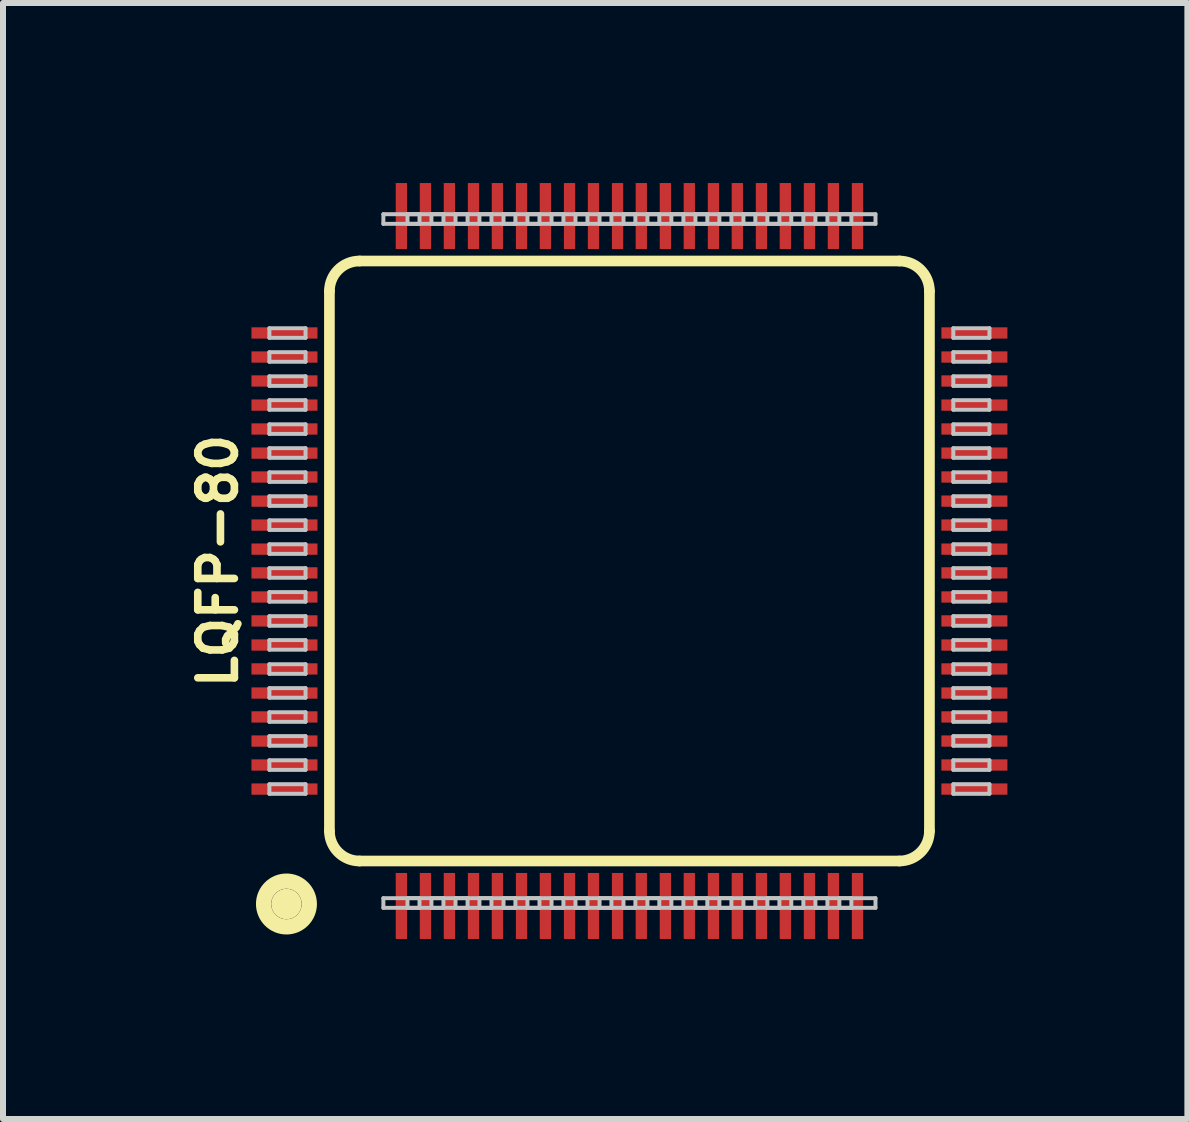
<source format=kicad_pcb>
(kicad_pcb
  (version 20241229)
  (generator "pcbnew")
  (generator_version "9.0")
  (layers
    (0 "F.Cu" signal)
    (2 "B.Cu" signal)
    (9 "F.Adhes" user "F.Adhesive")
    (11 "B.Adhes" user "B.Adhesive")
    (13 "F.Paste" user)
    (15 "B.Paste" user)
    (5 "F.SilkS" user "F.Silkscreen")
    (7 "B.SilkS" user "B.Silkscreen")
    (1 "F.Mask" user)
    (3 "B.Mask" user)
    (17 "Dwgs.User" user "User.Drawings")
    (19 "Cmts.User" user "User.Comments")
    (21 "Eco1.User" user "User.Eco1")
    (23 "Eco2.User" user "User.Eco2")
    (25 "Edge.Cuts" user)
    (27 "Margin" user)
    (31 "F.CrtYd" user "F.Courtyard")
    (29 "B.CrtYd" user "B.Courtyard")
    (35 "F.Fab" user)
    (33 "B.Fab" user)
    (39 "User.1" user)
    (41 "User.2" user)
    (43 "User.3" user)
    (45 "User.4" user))
  (footprint "LQFP-80"
    (layer "F.Cu")
    (at 7.438 6.298)
    (property "Reference" "LQFP-80" (at -6.858 0 90) (layer "F.SilkS") (effects (font (size 0.61 0.61) (thickness 0.127))))
    (attr smd)
    (fp_line (start -4.999 -4.498) (end -4.999 4.498) (stroke (width 0.178) (type solid)) (layer "F.SilkS"))
    (fp_line (start -4.498 4.999) (end 4.498 4.999) (stroke (width 0.178) (type solid)) (layer "F.SilkS"))
    (fp_line (start 4.498 -4.999) (end -4.498 -4.999) (stroke (width 0.178) (type solid)) (layer "F.SilkS"))
    (fp_line (start 4.999 4.498) (end 4.999 -4.498) (stroke (width 0.178) (type solid)) (layer "F.SilkS"))
    (fp_arc (start -4.99872 -4.49834) (mid -4.852162 -4.852162) (end -4.49834 -4.99872) (stroke (width 0.1778) (type solid)) (layer "F.SilkS"))
    (fp_arc (start -4.49834 4.99872) (mid -4.852162 4.852162) (end -4.99872 4.49834) (stroke (width 0.1778) (type solid)) (layer "F.SilkS"))
    (fp_arc (start 4.49834 -4.99872) (mid 4.852162 -4.852162) (end 4.99872 -4.49834) (stroke (width 0.1778) (type solid)) (layer "F.SilkS"))
    (fp_arc (start 4.99872 4.49834) (mid 4.852162 4.852162) (end 4.49834 4.99872) (stroke (width 0.1778) (type solid)) (layer "F.SilkS"))
    (fp_circle (center -5.715 5.715) (end -5.588 5.715) (stroke (width 0.254) (type solid)) (fill no) (layer "F.SilkS"))
    (fp_circle (center -5.715 5.715) (end -5.334 5.715) (stroke (width 0.254) (type solid)) (fill no) (layer "F.SilkS"))
    (fp_line (start -5.999 -3.879) (end -5.397 -3.879) (stroke (width 0.066) (type solid)) (layer "Dwgs.User"))
    (fp_line (start -5.999 -3.719) (end -5.999 -3.879) (stroke (width 0.066) (type solid)) (layer "Dwgs.User"))
    (fp_line (start -5.999 -3.719) (end -5.397 -3.719) (stroke (width 0.066) (type solid)) (layer "Dwgs.User"))
    (fp_line (start -5.999 -3.48) (end -5.397 -3.48) (stroke (width 0.066) (type solid)) (layer "Dwgs.User"))
    (fp_line (start -5.999 -3.32) (end -5.999 -3.48) (stroke (width 0.066) (type solid)) (layer "Dwgs.User"))
    (fp_line (start -5.999 -3.32) (end -5.397 -3.32) (stroke (width 0.066) (type solid)) (layer "Dwgs.User"))
    (fp_line (start -5.999 -3.078) (end -5.397 -3.078) (stroke (width 0.066) (type solid)) (layer "Dwgs.User"))
    (fp_line (start -5.999 -2.918) (end -5.999 -3.078) (stroke (width 0.066) (type solid)) (layer "Dwgs.User"))
    (fp_line (start -5.999 -2.918) (end -5.397 -2.918) (stroke (width 0.066) (type solid)) (layer "Dwgs.User"))
    (fp_line (start -5.999 -2.68) (end -5.397 -2.68) (stroke (width 0.066) (type solid)) (layer "Dwgs.User"))
    (fp_line (start -5.999 -2.52) (end -5.999 -2.68) (stroke (width 0.066) (type solid)) (layer "Dwgs.User"))
    (fp_line (start -5.999 -2.52) (end -5.397 -2.52) (stroke (width 0.066) (type solid)) (layer "Dwgs.User"))
    (fp_line (start -5.999 -2.278) (end -5.397 -2.278) (stroke (width 0.066) (type solid)) (layer "Dwgs.User"))
    (fp_line (start -5.999 -2.118) (end -5.999 -2.278) (stroke (width 0.066) (type solid)) (layer "Dwgs.User"))
    (fp_line (start -5.999 -2.118) (end -5.397 -2.118) (stroke (width 0.066) (type solid)) (layer "Dwgs.User"))
    (fp_line (start -5.999 -1.88) (end -5.397 -1.88) (stroke (width 0.066) (type solid)) (layer "Dwgs.User"))
    (fp_line (start -5.999 -1.72) (end -5.999 -1.88) (stroke (width 0.066) (type solid)) (layer "Dwgs.User"))
    (fp_line (start -5.999 -1.72) (end -5.397 -1.72) (stroke (width 0.066) (type solid)) (layer "Dwgs.User"))
    (fp_line (start -5.999 -1.478) (end -5.397 -1.478) (stroke (width 0.066) (type solid)) (layer "Dwgs.User"))
    (fp_line (start -5.999 -1.318) (end -5.999 -1.478) (stroke (width 0.066) (type solid)) (layer "Dwgs.User"))
    (fp_line (start -5.999 -1.318) (end -5.397 -1.318) (stroke (width 0.066) (type solid)) (layer "Dwgs.User"))
    (fp_line (start -5.999 -1.079) (end -5.397 -1.079) (stroke (width 0.066) (type solid)) (layer "Dwgs.User"))
    (fp_line (start -5.999 -0.919) (end -5.999 -1.079) (stroke (width 0.066) (type solid)) (layer "Dwgs.User"))
    (fp_line (start -5.999 -0.919) (end -5.397 -0.919) (stroke (width 0.066) (type solid)) (layer "Dwgs.User"))
    (fp_line (start -5.999 -0.678) (end -5.397 -0.678) (stroke (width 0.066) (type solid)) (layer "Dwgs.User"))
    (fp_line (start -5.999 -0.518) (end -5.999 -0.678) (stroke (width 0.066) (type solid)) (layer "Dwgs.User"))
    (fp_line (start -5.999 -0.518) (end -5.397 -0.518) (stroke (width 0.066) (type solid)) (layer "Dwgs.User"))
    (fp_line (start -5.999 -0.279) (end -5.397 -0.279) (stroke (width 0.066) (type solid)) (layer "Dwgs.User"))
    (fp_line (start -5.999 -0.119) (end -5.999 -0.279) (stroke (width 0.066) (type solid)) (layer "Dwgs.User"))
    (fp_line (start -5.999 -0.119) (end -5.397 -0.119) (stroke (width 0.066) (type solid)) (layer "Dwgs.User"))
    (fp_line (start -5.999 0.119) (end -5.397 0.119) (stroke (width 0.066) (type solid)) (layer "Dwgs.User"))
    (fp_line (start -5.999 0.279) (end -5.999 0.119) (stroke (width 0.066) (type solid)) (layer "Dwgs.User"))
    (fp_line (start -5.999 0.279) (end -5.397 0.279) (stroke (width 0.066) (type solid)) (layer "Dwgs.User"))
    (fp_line (start -5.999 0.518) (end -5.397 0.518) (stroke (width 0.066) (type solid)) (layer "Dwgs.User"))
    (fp_line (start -5.999 0.678) (end -5.999 0.518) (stroke (width 0.066) (type solid)) (layer "Dwgs.User"))
    (fp_line (start -5.999 0.678) (end -5.397 0.678) (stroke (width 0.066) (type solid)) (layer "Dwgs.User"))
    (fp_line (start -5.999 0.919) (end -5.397 0.919) (stroke (width 0.066) (type solid)) (layer "Dwgs.User"))
    (fp_line (start -5.999 1.079) (end -5.999 0.919) (stroke (width 0.066) (type solid)) (layer "Dwgs.User"))
    (fp_line (start -5.999 1.079) (end -5.397 1.079) (stroke (width 0.066) (type solid)) (layer "Dwgs.User"))
    (fp_line (start -5.999 1.318) (end -5.397 1.318) (stroke (width 0.066) (type solid)) (layer "Dwgs.User"))
    (fp_line (start -5.999 1.478) (end -5.999 1.318) (stroke (width 0.066) (type solid)) (layer "Dwgs.User"))
    (fp_line (start -5.999 1.478) (end -5.397 1.478) (stroke (width 0.066) (type solid)) (layer "Dwgs.User"))
    (fp_line (start -5.999 1.72) (end -5.397 1.72) (stroke (width 0.066) (type solid)) (layer "Dwgs.User"))
    (fp_line (start -5.999 1.88) (end -5.999 1.72) (stroke (width 0.066) (type solid)) (layer "Dwgs.User"))
    (fp_line (start -5.999 1.88) (end -5.397 1.88) (stroke (width 0.066) (type solid)) (layer "Dwgs.User"))
    (fp_line (start -5.999 2.118) (end -5.397 2.118) (stroke (width 0.066) (type solid)) (layer "Dwgs.User"))
    (fp_line (start -5.999 2.278) (end -5.999 2.118) (stroke (width 0.066) (type solid)) (layer "Dwgs.User"))
    (fp_line (start -5.999 2.278) (end -5.397 2.278) (stroke (width 0.066) (type solid)) (layer "Dwgs.User"))
    (fp_line (start -5.999 2.52) (end -5.397 2.52) (stroke (width 0.066) (type solid)) (layer "Dwgs.User"))
    (fp_line (start -5.999 2.68) (end -5.999 2.52) (stroke (width 0.066) (type solid)) (layer "Dwgs.User"))
    (fp_line (start -5.999 2.68) (end -5.397 2.68) (stroke (width 0.066) (type solid)) (layer "Dwgs.User"))
    (fp_line (start -5.999 2.918) (end -5.397 2.918) (stroke (width 0.066) (type solid)) (layer "Dwgs.User"))
    (fp_line (start -5.999 3.078) (end -5.999 2.918) (stroke (width 0.066) (type solid)) (layer "Dwgs.User"))
    (fp_line (start -5.999 3.078) (end -5.397 3.078) (stroke (width 0.066) (type solid)) (layer "Dwgs.User"))
    (fp_line (start -5.999 3.32) (end -5.397 3.32) (stroke (width 0.066) (type solid)) (layer "Dwgs.User"))
    (fp_line (start -5.999 3.48) (end -5.999 3.32) (stroke (width 0.066) (type solid)) (layer "Dwgs.User"))
    (fp_line (start -5.999 3.48) (end -5.397 3.48) (stroke (width 0.066) (type solid)) (layer "Dwgs.User"))
    (fp_line (start -5.999 3.719) (end -5.397 3.719) (stroke (width 0.066) (type solid)) (layer "Dwgs.User"))
    (fp_line (start -5.999 3.879) (end -5.999 3.719) (stroke (width 0.066) (type solid)) (layer "Dwgs.User"))
    (fp_line (start -5.999 3.879) (end -5.397 3.879) (stroke (width 0.066) (type solid)) (layer "Dwgs.User"))
    (fp_line (start -5.397 -3.719) (end -5.397 -3.879) (stroke (width 0.066) (type solid)) (layer "Dwgs.User"))
    (fp_line (start -5.397 -3.32) (end -5.397 -3.48) (stroke (width 0.066) (type solid)) (layer "Dwgs.User"))
    (fp_line (start -5.397 -2.918) (end -5.397 -3.078) (stroke (width 0.066) (type solid)) (layer "Dwgs.User"))
    (fp_line (start -5.397 -2.52) (end -5.397 -2.68) (stroke (width 0.066) (type solid)) (layer "Dwgs.User"))
    (fp_line (start -5.397 -2.118) (end -5.397 -2.278) (stroke (width 0.066) (type solid)) (layer "Dwgs.User"))
    (fp_line (start -5.397 -1.72) (end -5.397 -1.88) (stroke (width 0.066) (type solid)) (layer "Dwgs.User"))
    (fp_line (start -5.397 -1.318) (end -5.397 -1.478) (stroke (width 0.066) (type solid)) (layer "Dwgs.User"))
    (fp_line (start -5.397 -0.919) (end -5.397 -1.079) (stroke (width 0.066) (type solid)) (layer "Dwgs.User"))
    (fp_line (start -5.397 -0.518) (end -5.397 -0.678) (stroke (width 0.066) (type solid)) (layer "Dwgs.User"))
    (fp_line (start -5.397 -0.119) (end -5.397 -0.279) (stroke (width 0.066) (type solid)) (layer "Dwgs.User"))
    (fp_line (start -5.397 0.279) (end -5.397 0.119) (stroke (width 0.066) (type solid)) (layer "Dwgs.User"))
    (fp_line (start -5.397 0.678) (end -5.397 0.518) (stroke (width 0.066) (type solid)) (layer "Dwgs.User"))
    (fp_line (start -5.397 1.079) (end -5.397 0.919) (stroke (width 0.066) (type solid)) (layer "Dwgs.User"))
    (fp_line (start -5.397 1.478) (end -5.397 1.318) (stroke (width 0.066) (type solid)) (layer "Dwgs.User"))
    (fp_line (start -5.397 1.88) (end -5.397 1.72) (stroke (width 0.066) (type solid)) (layer "Dwgs.User"))
    (fp_line (start -5.397 2.278) (end -5.397 2.118) (stroke (width 0.066) (type solid)) (layer "Dwgs.User"))
    (fp_line (start -5.397 2.68) (end -5.397 2.52) (stroke (width 0.066) (type solid)) (layer "Dwgs.User"))
    (fp_line (start -5.397 3.078) (end -5.397 2.918) (stroke (width 0.066) (type solid)) (layer "Dwgs.User"))
    (fp_line (start -5.397 3.48) (end -5.397 3.32) (stroke (width 0.066) (type solid)) (layer "Dwgs.User"))
    (fp_line (start -5.397 3.879) (end -5.397 3.719) (stroke (width 0.066) (type solid)) (layer "Dwgs.User"))
    (fp_line (start -4.1 -5.779) (end -3.498 -5.779) (stroke (width 0.066) (type solid)) (layer "Dwgs.User"))
    (fp_line (start -4.1 -5.618) (end -4.1 -5.779) (stroke (width 0.066) (type solid)) (layer "Dwgs.User"))
    (fp_line (start -4.1 -5.618) (end -3.498 -5.618) (stroke (width 0.066) (type solid)) (layer "Dwgs.User"))
    (fp_line (start -4.1 5.618) (end -3.498 5.618) (stroke (width 0.066) (type solid)) (layer "Dwgs.User"))
    (fp_line (start -4.1 5.779) (end -4.1 5.618) (stroke (width 0.066) (type solid)) (layer "Dwgs.User"))
    (fp_line (start -4.1 5.779) (end -3.498 5.779) (stroke (width 0.066) (type solid)) (layer "Dwgs.User"))
    (fp_line (start -3.698 -5.779) (end -3.099 -5.779) (stroke (width 0.066) (type solid)) (layer "Dwgs.User"))
    (fp_line (start -3.698 -5.618) (end -3.698 -5.779) (stroke (width 0.066) (type solid)) (layer "Dwgs.User"))
    (fp_line (start -3.698 -5.618) (end -3.099 -5.618) (stroke (width 0.066) (type solid)) (layer "Dwgs.User"))
    (fp_line (start -3.698 5.618) (end -3.099 5.618) (stroke (width 0.066) (type solid)) (layer "Dwgs.User"))
    (fp_line (start -3.698 5.779) (end -3.698 5.618) (stroke (width 0.066) (type solid)) (layer "Dwgs.User"))
    (fp_line (start -3.698 5.779) (end -3.099 5.779) (stroke (width 0.066) (type solid)) (layer "Dwgs.User"))
    (fp_line (start -3.498 -5.618) (end -3.498 -5.779) (stroke (width 0.066) (type solid)) (layer "Dwgs.User"))
    (fp_line (start -3.498 5.779) (end -3.498 5.618) (stroke (width 0.066) (type solid)) (layer "Dwgs.User"))
    (fp_line (start -3.299 -5.779) (end -2.697 -5.779) (stroke (width 0.066) (type solid)) (layer "Dwgs.User"))
    (fp_line (start -3.299 -5.618) (end -3.299 -5.779) (stroke (width 0.066) (type solid)) (layer "Dwgs.User"))
    (fp_line (start -3.299 -5.618) (end -2.697 -5.618) (stroke (width 0.066) (type solid)) (layer "Dwgs.User"))
    (fp_line (start -3.299 5.618) (end -2.697 5.618) (stroke (width 0.066) (type solid)) (layer "Dwgs.User"))
    (fp_line (start -3.299 5.779) (end -3.299 5.618) (stroke (width 0.066) (type solid)) (layer "Dwgs.User"))
    (fp_line (start -3.299 5.779) (end -2.697 5.779) (stroke (width 0.066) (type solid)) (layer "Dwgs.User"))
    (fp_line (start -3.099 -5.618) (end -3.099 -5.779) (stroke (width 0.066) (type solid)) (layer "Dwgs.User"))
    (fp_line (start -3.099 5.779) (end -3.099 5.618) (stroke (width 0.066) (type solid)) (layer "Dwgs.User"))
    (fp_line (start -2.898 -5.779) (end -2.299 -5.779) (stroke (width 0.066) (type solid)) (layer "Dwgs.User"))
    (fp_line (start -2.898 -5.618) (end -2.898 -5.779) (stroke (width 0.066) (type solid)) (layer "Dwgs.User"))
    (fp_line (start -2.898 -5.618) (end -2.299 -5.618) (stroke (width 0.066) (type solid)) (layer "Dwgs.User"))
    (fp_line (start -2.898 5.618) (end -2.299 5.618) (stroke (width 0.066) (type solid)) (layer "Dwgs.User"))
    (fp_line (start -2.898 5.779) (end -2.898 5.618) (stroke (width 0.066) (type solid)) (layer "Dwgs.User"))
    (fp_line (start -2.898 5.779) (end -2.299 5.779) (stroke (width 0.066) (type solid)) (layer "Dwgs.User"))
    (fp_line (start -2.697 -5.618) (end -2.697 -5.779) (stroke (width 0.066) (type solid)) (layer "Dwgs.User"))
    (fp_line (start -2.697 5.779) (end -2.697 5.618) (stroke (width 0.066) (type solid)) (layer "Dwgs.User"))
    (fp_line (start -2.499 -5.779) (end -1.9 -5.779) (stroke (width 0.066) (type solid)) (layer "Dwgs.User"))
    (fp_line (start -2.499 -5.618) (end -2.499 -5.779) (stroke (width 0.066) (type solid)) (layer "Dwgs.User"))
    (fp_line (start -2.499 -5.618) (end -1.9 -5.618) (stroke (width 0.066) (type solid)) (layer "Dwgs.User"))
    (fp_line (start -2.499 5.618) (end -1.9 5.618) (stroke (width 0.066) (type solid)) (layer "Dwgs.User"))
    (fp_line (start -2.499 5.779) (end -2.499 5.618) (stroke (width 0.066) (type solid)) (layer "Dwgs.User"))
    (fp_line (start -2.499 5.779) (end -1.9 5.779) (stroke (width 0.066) (type solid)) (layer "Dwgs.User"))
    (fp_line (start -2.299 -5.618) (end -2.299 -5.779) (stroke (width 0.066) (type solid)) (layer "Dwgs.User"))
    (fp_line (start -2.299 5.779) (end -2.299 5.618) (stroke (width 0.066) (type solid)) (layer "Dwgs.User"))
    (fp_line (start -2.098 -5.779) (end -1.499 -5.779) (stroke (width 0.066) (type solid)) (layer "Dwgs.User"))
    (fp_line (start -2.098 -5.618) (end -2.098 -5.779) (stroke (width 0.066) (type solid)) (layer "Dwgs.User"))
    (fp_line (start -2.098 -5.618) (end -1.499 -5.618) (stroke (width 0.066) (type solid)) (layer "Dwgs.User"))
    (fp_line (start -2.098 5.618) (end -1.499 5.618) (stroke (width 0.066) (type solid)) (layer "Dwgs.User"))
    (fp_line (start -2.098 5.779) (end -2.098 5.618) (stroke (width 0.066) (type solid)) (layer "Dwgs.User"))
    (fp_line (start -2.098 5.779) (end -1.499 5.779) (stroke (width 0.066) (type solid)) (layer "Dwgs.User"))
    (fp_line (start -1.9 -5.618) (end -1.9 -5.779) (stroke (width 0.066) (type solid)) (layer "Dwgs.User"))
    (fp_line (start -1.9 5.779) (end -1.9 5.618) (stroke (width 0.066) (type solid)) (layer "Dwgs.User"))
    (fp_line (start -1.699 -5.779) (end -1.1 -5.779) (stroke (width 0.066) (type solid)) (layer "Dwgs.User"))
    (fp_line (start -1.699 -5.618) (end -1.699 -5.779) (stroke (width 0.066) (type solid)) (layer "Dwgs.User"))
    (fp_line (start -1.699 -5.618) (end -1.1 -5.618) (stroke (width 0.066) (type solid)) (layer "Dwgs.User"))
    (fp_line (start -1.699 5.618) (end -1.1 5.618) (stroke (width 0.066) (type solid)) (layer "Dwgs.User"))
    (fp_line (start -1.699 5.779) (end -1.699 5.618) (stroke (width 0.066) (type solid)) (layer "Dwgs.User"))
    (fp_line (start -1.699 5.779) (end -1.1 5.779) (stroke (width 0.066) (type solid)) (layer "Dwgs.User"))
    (fp_line (start -1.499 -5.618) (end -1.499 -5.779) (stroke (width 0.066) (type solid)) (layer "Dwgs.User"))
    (fp_line (start -1.499 5.779) (end -1.499 5.618) (stroke (width 0.066) (type solid)) (layer "Dwgs.User"))
    (fp_line (start -1.298 -5.779) (end -0.699 -5.779) (stroke (width 0.066) (type solid)) (layer "Dwgs.User"))
    (fp_line (start -1.298 -5.618) (end -1.298 -5.779) (stroke (width 0.066) (type solid)) (layer "Dwgs.User"))
    (fp_line (start -1.298 -5.618) (end -0.699 -5.618) (stroke (width 0.066) (type solid)) (layer "Dwgs.User"))
    (fp_line (start -1.298 5.618) (end -0.699 5.618) (stroke (width 0.066) (type solid)) (layer "Dwgs.User"))
    (fp_line (start -1.298 5.779) (end -1.298 5.618) (stroke (width 0.066) (type solid)) (layer "Dwgs.User"))
    (fp_line (start -1.298 5.779) (end -0.699 5.779) (stroke (width 0.066) (type solid)) (layer "Dwgs.User"))
    (fp_line (start -1.1 -5.618) (end -1.1 -5.779) (stroke (width 0.066) (type solid)) (layer "Dwgs.User"))
    (fp_line (start -1.1 5.779) (end -1.1 5.618) (stroke (width 0.066) (type solid)) (layer "Dwgs.User"))
    (fp_line (start -0.899 -5.779) (end -0.3 -5.779) (stroke (width 0.066) (type solid)) (layer "Dwgs.User"))
    (fp_line (start -0.899 -5.618) (end -0.899 -5.779) (stroke (width 0.066) (type solid)) (layer "Dwgs.User"))
    (fp_line (start -0.899 -5.618) (end -0.3 -5.618) (stroke (width 0.066) (type solid)) (layer "Dwgs.User"))
    (fp_line (start -0.899 5.618) (end -0.3 5.618) (stroke (width 0.066) (type solid)) (layer "Dwgs.User"))
    (fp_line (start -0.899 5.779) (end -0.899 5.618) (stroke (width 0.066) (type solid)) (layer "Dwgs.User"))
    (fp_line (start -0.899 5.779) (end -0.3 5.779) (stroke (width 0.066) (type solid)) (layer "Dwgs.User"))
    (fp_line (start -0.699 -5.618) (end -0.699 -5.779) (stroke (width 0.066) (type solid)) (layer "Dwgs.User"))
    (fp_line (start -0.699 5.779) (end -0.699 5.618) (stroke (width 0.066) (type solid)) (layer "Dwgs.User"))
    (fp_line (start -0.498 -5.779) (end 0.099 -5.779) (stroke (width 0.066) (type solid)) (layer "Dwgs.User"))
    (fp_line (start -0.498 -5.618) (end -0.498 -5.779) (stroke (width 0.066) (type solid)) (layer "Dwgs.User"))
    (fp_line (start -0.498 -5.618) (end 0.099 -5.618) (stroke (width 0.066) (type solid)) (layer "Dwgs.User"))
    (fp_line (start -0.498 5.618) (end 0.099 5.618) (stroke (width 0.066) (type solid)) (layer "Dwgs.User"))
    (fp_line (start -0.498 5.779) (end -0.498 5.618) (stroke (width 0.066) (type solid)) (layer "Dwgs.User"))
    (fp_line (start -0.498 5.779) (end 0.099 5.779) (stroke (width 0.066) (type solid)) (layer "Dwgs.User"))
    (fp_line (start -0.3 -5.618) (end -0.3 -5.779) (stroke (width 0.066) (type solid)) (layer "Dwgs.User"))
    (fp_line (start -0.3 5.779) (end -0.3 5.618) (stroke (width 0.066) (type solid)) (layer "Dwgs.User"))
    (fp_line (start -0.099 -5.779) (end 0.498 -5.779) (stroke (width 0.066) (type solid)) (layer "Dwgs.User"))
    (fp_line (start -0.099 -5.618) (end -0.099 -5.779) (stroke (width 0.066) (type solid)) (layer "Dwgs.User"))
    (fp_line (start -0.099 -5.618) (end 0.498 -5.618) (stroke (width 0.066) (type solid)) (layer "Dwgs.User"))
    (fp_line (start -0.099 5.618) (end 0.498 5.618) (stroke (width 0.066) (type solid)) (layer "Dwgs.User"))
    (fp_line (start -0.099 5.779) (end -0.099 5.618) (stroke (width 0.066) (type solid)) (layer "Dwgs.User"))
    (fp_line (start -0.099 5.779) (end 0.498 5.779) (stroke (width 0.066) (type solid)) (layer "Dwgs.User"))
    (fp_line (start 0.099 -5.618) (end 0.099 -5.779) (stroke (width 0.066) (type solid)) (layer "Dwgs.User"))
    (fp_line (start 0.099 5.779) (end 0.099 5.618) (stroke (width 0.066) (type solid)) (layer "Dwgs.User"))
    (fp_line (start 0.3 -5.779) (end 0.899 -5.779) (stroke (width 0.066) (type solid)) (layer "Dwgs.User"))
    (fp_line (start 0.3 -5.618) (end 0.3 -5.779) (stroke (width 0.066) (type solid)) (layer "Dwgs.User"))
    (fp_line (start 0.3 -5.618) (end 0.899 -5.618) (stroke (width 0.066) (type solid)) (layer "Dwgs.User"))
    (fp_line (start 0.3 5.618) (end 0.899 5.618) (stroke (width 0.066) (type solid)) (layer "Dwgs.User"))
    (fp_line (start 0.3 5.779) (end 0.3 5.618) (stroke (width 0.066) (type solid)) (layer "Dwgs.User"))
    (fp_line (start 0.3 5.779) (end 0.899 5.779) (stroke (width 0.066) (type solid)) (layer "Dwgs.User"))
    (fp_line (start 0.498 -5.618) (end 0.498 -5.779) (stroke (width 0.066) (type solid)) (layer "Dwgs.User"))
    (fp_line (start 0.498 5.779) (end 0.498 5.618) (stroke (width 0.066) (type solid)) (layer "Dwgs.User"))
    (fp_line (start 0.699 -5.779) (end 1.298 -5.779) (stroke (width 0.066) (type solid)) (layer "Dwgs.User"))
    (fp_line (start 0.699 -5.618) (end 0.699 -5.779) (stroke (width 0.066) (type solid)) (layer "Dwgs.User"))
    (fp_line (start 0.699 -5.618) (end 1.298 -5.618) (stroke (width 0.066) (type solid)) (layer "Dwgs.User"))
    (fp_line (start 0.699 5.618) (end 1.298 5.618) (stroke (width 0.066) (type solid)) (layer "Dwgs.User"))
    (fp_line (start 0.699 5.779) (end 0.699 5.618) (stroke (width 0.066) (type solid)) (layer "Dwgs.User"))
    (fp_line (start 0.699 5.779) (end 1.298 5.779) (stroke (width 0.066) (type solid)) (layer "Dwgs.User"))
    (fp_line (start 0.899 -5.618) (end 0.899 -5.779) (stroke (width 0.066) (type solid)) (layer "Dwgs.User"))
    (fp_line (start 0.899 5.779) (end 0.899 5.618) (stroke (width 0.066) (type solid)) (layer "Dwgs.User"))
    (fp_line (start 1.1 -5.779) (end 1.699 -5.779) (stroke (width 0.066) (type solid)) (layer "Dwgs.User"))
    (fp_line (start 1.1 -5.618) (end 1.1 -5.779) (stroke (width 0.066) (type solid)) (layer "Dwgs.User"))
    (fp_line (start 1.1 -5.618) (end 1.699 -5.618) (stroke (width 0.066) (type solid)) (layer "Dwgs.User"))
    (fp_line (start 1.1 5.618) (end 1.699 5.618) (stroke (width 0.066) (type solid)) (layer "Dwgs.User"))
    (fp_line (start 1.1 5.779) (end 1.1 5.618) (stroke (width 0.066) (type solid)) (layer "Dwgs.User"))
    (fp_line (start 1.1 5.779) (end 1.699 5.779) (stroke (width 0.066) (type solid)) (layer "Dwgs.User"))
    (fp_line (start 1.298 -5.618) (end 1.298 -5.779) (stroke (width 0.066) (type solid)) (layer "Dwgs.User"))
    (fp_line (start 1.298 5.779) (end 1.298 5.618) (stroke (width 0.066) (type solid)) (layer "Dwgs.User"))
    (fp_line (start 1.499 -5.779) (end 2.098 -5.779) (stroke (width 0.066) (type solid)) (layer "Dwgs.User"))
    (fp_line (start 1.499 -5.618) (end 1.499 -5.779) (stroke (width 0.066) (type solid)) (layer "Dwgs.User"))
    (fp_line (start 1.499 -5.618) (end 2.098 -5.618) (stroke (width 0.066) (type solid)) (layer "Dwgs.User"))
    (fp_line (start 1.499 5.618) (end 2.098 5.618) (stroke (width 0.066) (type solid)) (layer "Dwgs.User"))
    (fp_line (start 1.499 5.779) (end 1.499 5.618) (stroke (width 0.066) (type solid)) (layer "Dwgs.User"))
    (fp_line (start 1.499 5.779) (end 2.098 5.779) (stroke (width 0.066) (type solid)) (layer "Dwgs.User"))
    (fp_line (start 1.699 -5.618) (end 1.699 -5.779) (stroke (width 0.066) (type solid)) (layer "Dwgs.User"))
    (fp_line (start 1.699 5.779) (end 1.699 5.618) (stroke (width 0.066) (type solid)) (layer "Dwgs.User"))
    (fp_line (start 1.9 -5.779) (end 2.499 -5.779) (stroke (width 0.066) (type solid)) (layer "Dwgs.User"))
    (fp_line (start 1.9 -5.618) (end 1.9 -5.779) (stroke (width 0.066) (type solid)) (layer "Dwgs.User"))
    (fp_line (start 1.9 -5.618) (end 2.499 -5.618) (stroke (width 0.066) (type solid)) (layer "Dwgs.User"))
    (fp_line (start 1.9 5.618) (end 2.499 5.618) (stroke (width 0.066) (type solid)) (layer "Dwgs.User"))
    (fp_line (start 1.9 5.779) (end 1.9 5.618) (stroke (width 0.066) (type solid)) (layer "Dwgs.User"))
    (fp_line (start 1.9 5.779) (end 2.499 5.779) (stroke (width 0.066) (type solid)) (layer "Dwgs.User"))
    (fp_line (start 2.098 -5.618) (end 2.098 -5.779) (stroke (width 0.066) (type solid)) (layer "Dwgs.User"))
    (fp_line (start 2.098 5.779) (end 2.098 5.618) (stroke (width 0.066) (type solid)) (layer "Dwgs.User"))
    (fp_line (start 2.299 -5.779) (end 2.898 -5.779) (stroke (width 0.066) (type solid)) (layer "Dwgs.User"))
    (fp_line (start 2.299 -5.618) (end 2.299 -5.779) (stroke (width 0.066) (type solid)) (layer "Dwgs.User"))
    (fp_line (start 2.299 -5.618) (end 2.898 -5.618) (stroke (width 0.066) (type solid)) (layer "Dwgs.User"))
    (fp_line (start 2.299 5.618) (end 2.898 5.618) (stroke (width 0.066) (type solid)) (layer "Dwgs.User"))
    (fp_line (start 2.299 5.779) (end 2.299 5.618) (stroke (width 0.066) (type solid)) (layer "Dwgs.User"))
    (fp_line (start 2.299 5.779) (end 2.898 5.779) (stroke (width 0.066) (type solid)) (layer "Dwgs.User"))
    (fp_line (start 2.499 -5.618) (end 2.499 -5.779) (stroke (width 0.066) (type solid)) (layer "Dwgs.User"))
    (fp_line (start 2.499 5.779) (end 2.499 5.618) (stroke (width 0.066) (type solid)) (layer "Dwgs.User"))
    (fp_line (start 2.697 -5.779) (end 3.299 -5.779) (stroke (width 0.066) (type solid)) (layer "Dwgs.User"))
    (fp_line (start 2.697 -5.618) (end 2.697 -5.779) (stroke (width 0.066) (type solid)) (layer "Dwgs.User"))
    (fp_line (start 2.697 -5.618) (end 3.299 -5.618) (stroke (width 0.066) (type solid)) (layer "Dwgs.User"))
    (fp_line (start 2.697 5.618) (end 3.299 5.618) (stroke (width 0.066) (type solid)) (layer "Dwgs.User"))
    (fp_line (start 2.697 5.779) (end 2.697 5.618) (stroke (width 0.066) (type solid)) (layer "Dwgs.User"))
    (fp_line (start 2.697 5.779) (end 3.299 5.779) (stroke (width 0.066) (type solid)) (layer "Dwgs.User"))
    (fp_line (start 2.898 -5.618) (end 2.898 -5.779) (stroke (width 0.066) (type solid)) (layer "Dwgs.User"))
    (fp_line (start 2.898 5.779) (end 2.898 5.618) (stroke (width 0.066) (type solid)) (layer "Dwgs.User"))
    (fp_line (start 3.099 -5.779) (end 3.698 -5.779) (stroke (width 0.066) (type solid)) (layer "Dwgs.User"))
    (fp_line (start 3.099 -5.618) (end 3.099 -5.779) (stroke (width 0.066) (type solid)) (layer "Dwgs.User"))
    (fp_line (start 3.099 -5.618) (end 3.698 -5.618) (stroke (width 0.066) (type solid)) (layer "Dwgs.User"))
    (fp_line (start 3.099 5.618) (end 3.698 5.618) (stroke (width 0.066) (type solid)) (layer "Dwgs.User"))
    (fp_line (start 3.099 5.779) (end 3.099 5.618) (stroke (width 0.066) (type solid)) (layer "Dwgs.User"))
    (fp_line (start 3.099 5.779) (end 3.698 5.779) (stroke (width 0.066) (type solid)) (layer "Dwgs.User"))
    (fp_line (start 3.299 -5.618) (end 3.299 -5.779) (stroke (width 0.066) (type solid)) (layer "Dwgs.User"))
    (fp_line (start 3.299 5.779) (end 3.299 5.618) (stroke (width 0.066) (type solid)) (layer "Dwgs.User"))
    (fp_line (start 3.498 -5.779) (end 4.1 -5.779) (stroke (width 0.066) (type solid)) (layer "Dwgs.User"))
    (fp_line (start 3.498 -5.618) (end 3.498 -5.779) (stroke (width 0.066) (type solid)) (layer "Dwgs.User"))
    (fp_line (start 3.498 -5.618) (end 4.1 -5.618) (stroke (width 0.066) (type solid)) (layer "Dwgs.User"))
    (fp_line (start 3.498 5.618) (end 4.1 5.618) (stroke (width 0.066) (type solid)) (layer "Dwgs.User"))
    (fp_line (start 3.498 5.779) (end 3.498 5.618) (stroke (width 0.066) (type solid)) (layer "Dwgs.User"))
    (fp_line (start 3.498 5.779) (end 4.1 5.779) (stroke (width 0.066) (type solid)) (layer "Dwgs.User"))
    (fp_line (start 3.698 -5.618) (end 3.698 -5.779) (stroke (width 0.066) (type solid)) (layer "Dwgs.User"))
    (fp_line (start 3.698 5.779) (end 3.698 5.618) (stroke (width 0.066) (type solid)) (layer "Dwgs.User"))
    (fp_line (start 4.1 -5.618) (end 4.1 -5.779) (stroke (width 0.066) (type solid)) (layer "Dwgs.User"))
    (fp_line (start 4.1 5.779) (end 4.1 5.618) (stroke (width 0.066) (type solid)) (layer "Dwgs.User"))
    (fp_line (start 5.397 -3.879) (end 5.999 -3.879) (stroke (width 0.066) (type solid)) (layer "Dwgs.User"))
    (fp_line (start 5.397 -3.719) (end 5.397 -3.879) (stroke (width 0.066) (type solid)) (layer "Dwgs.User"))
    (fp_line (start 5.397 -3.719) (end 5.999 -3.719) (stroke (width 0.066) (type solid)) (layer "Dwgs.User"))
    (fp_line (start 5.397 -3.48) (end 5.999 -3.48) (stroke (width 0.066) (type solid)) (layer "Dwgs.User"))
    (fp_line (start 5.397 -3.32) (end 5.397 -3.48) (stroke (width 0.066) (type solid)) (layer "Dwgs.User"))
    (fp_line (start 5.397 -3.32) (end 5.999 -3.32) (stroke (width 0.066) (type solid)) (layer "Dwgs.User"))
    (fp_line (start 5.397 -3.078) (end 5.999 -3.078) (stroke (width 0.066) (type solid)) (layer "Dwgs.User"))
    (fp_line (start 5.397 -2.918) (end 5.397 -3.078) (stroke (width 0.066) (type solid)) (layer "Dwgs.User"))
    (fp_line (start 5.397 -2.918) (end 5.999 -2.918) (stroke (width 0.066) (type solid)) (layer "Dwgs.User"))
    (fp_line (start 5.397 -2.68) (end 5.999 -2.68) (stroke (width 0.066) (type solid)) (layer "Dwgs.User"))
    (fp_line (start 5.397 -2.52) (end 5.397 -2.68) (stroke (width 0.066) (type solid)) (layer "Dwgs.User"))
    (fp_line (start 5.397 -2.52) (end 5.999 -2.52) (stroke (width 0.066) (type solid)) (layer "Dwgs.User"))
    (fp_line (start 5.397 -2.278) (end 5.999 -2.278) (stroke (width 0.066) (type solid)) (layer "Dwgs.User"))
    (fp_line (start 5.397 -2.118) (end 5.397 -2.278) (stroke (width 0.066) (type solid)) (layer "Dwgs.User"))
    (fp_line (start 5.397 -2.118) (end 5.999 -2.118) (stroke (width 0.066) (type solid)) (layer "Dwgs.User"))
    (fp_line (start 5.397 -1.88) (end 5.999 -1.88) (stroke (width 0.066) (type solid)) (layer "Dwgs.User"))
    (fp_line (start 5.397 -1.72) (end 5.397 -1.88) (stroke (width 0.066) (type solid)) (layer "Dwgs.User"))
    (fp_line (start 5.397 -1.72) (end 5.999 -1.72) (stroke (width 0.066) (type solid)) (layer "Dwgs.User"))
    (fp_line (start 5.397 -1.478) (end 5.999 -1.478) (stroke (width 0.066) (type solid)) (layer "Dwgs.User"))
    (fp_line (start 5.397 -1.318) (end 5.397 -1.478) (stroke (width 0.066) (type solid)) (layer "Dwgs.User"))
    (fp_line (start 5.397 -1.318) (end 5.999 -1.318) (stroke (width 0.066) (type solid)) (layer "Dwgs.User"))
    (fp_line (start 5.397 -1.079) (end 5.999 -1.079) (stroke (width 0.066) (type solid)) (layer "Dwgs.User"))
    (fp_line (start 5.397 -0.919) (end 5.397 -1.079) (stroke (width 0.066) (type solid)) (layer "Dwgs.User"))
    (fp_line (start 5.397 -0.919) (end 5.999 -0.919) (stroke (width 0.066) (type solid)) (layer "Dwgs.User"))
    (fp_line (start 5.397 -0.678) (end 5.999 -0.678) (stroke (width 0.066) (type solid)) (layer "Dwgs.User"))
    (fp_line (start 5.397 -0.518) (end 5.397 -0.678) (stroke (width 0.066) (type solid)) (layer "Dwgs.User"))
    (fp_line (start 5.397 -0.518) (end 5.999 -0.518) (stroke (width 0.066) (type solid)) (layer "Dwgs.User"))
    (fp_line (start 5.397 -0.279) (end 5.999 -0.279) (stroke (width 0.066) (type solid)) (layer "Dwgs.User"))
    (fp_line (start 5.397 -0.119) (end 5.397 -0.279) (stroke (width 0.066) (type solid)) (layer "Dwgs.User"))
    (fp_line (start 5.397 -0.119) (end 5.999 -0.119) (stroke (width 0.066) (type solid)) (layer "Dwgs.User"))
    (fp_line (start 5.397 0.119) (end 5.999 0.119) (stroke (width 0.066) (type solid)) (layer "Dwgs.User"))
    (fp_line (start 5.397 0.279) (end 5.397 0.119) (stroke (width 0.066) (type solid)) (layer "Dwgs.User"))
    (fp_line (start 5.397 0.279) (end 5.999 0.279) (stroke (width 0.066) (type solid)) (layer "Dwgs.User"))
    (fp_line (start 5.397 0.518) (end 5.999 0.518) (stroke (width 0.066) (type solid)) (layer "Dwgs.User"))
    (fp_line (start 5.397 0.678) (end 5.397 0.518) (stroke (width 0.066) (type solid)) (layer "Dwgs.User"))
    (fp_line (start 5.397 0.678) (end 5.999 0.678) (stroke (width 0.066) (type solid)) (layer "Dwgs.User"))
    (fp_line (start 5.397 0.919) (end 5.999 0.919) (stroke (width 0.066) (type solid)) (layer "Dwgs.User"))
    (fp_line (start 5.397 1.079) (end 5.397 0.919) (stroke (width 0.066) (type solid)) (layer "Dwgs.User"))
    (fp_line (start 5.397 1.079) (end 5.999 1.079) (stroke (width 0.066) (type solid)) (layer "Dwgs.User"))
    (fp_line (start 5.397 1.318) (end 5.999 1.318) (stroke (width 0.066) (type solid)) (layer "Dwgs.User"))
    (fp_line (start 5.397 1.478) (end 5.397 1.318) (stroke (width 0.066) (type solid)) (layer "Dwgs.User"))
    (fp_line (start 5.397 1.478) (end 5.999 1.478) (stroke (width 0.066) (type solid)) (layer "Dwgs.User"))
    (fp_line (start 5.397 1.72) (end 5.999 1.72) (stroke (width 0.066) (type solid)) (layer "Dwgs.User"))
    (fp_line (start 5.397 1.88) (end 5.397 1.72) (stroke (width 0.066) (type solid)) (layer "Dwgs.User"))
    (fp_line (start 5.397 1.88) (end 5.999 1.88) (stroke (width 0.066) (type solid)) (layer "Dwgs.User"))
    (fp_line (start 5.397 2.118) (end 5.999 2.118) (stroke (width 0.066) (type solid)) (layer "Dwgs.User"))
    (fp_line (start 5.397 2.278) (end 5.397 2.118) (stroke (width 0.066) (type solid)) (layer "Dwgs.User"))
    (fp_line (start 5.397 2.278) (end 5.999 2.278) (stroke (width 0.066) (type solid)) (layer "Dwgs.User"))
    (fp_line (start 5.397 2.52) (end 5.999 2.52) (stroke (width 0.066) (type solid)) (layer "Dwgs.User"))
    (fp_line (start 5.397 2.68) (end 5.397 2.52) (stroke (width 0.066) (type solid)) (layer "Dwgs.User"))
    (fp_line (start 5.397 2.68) (end 5.999 2.68) (stroke (width 0.066) (type solid)) (layer "Dwgs.User"))
    (fp_line (start 5.397 2.918) (end 5.999 2.918) (stroke (width 0.066) (type solid)) (layer "Dwgs.User"))
    (fp_line (start 5.397 3.078) (end 5.397 2.918) (stroke (width 0.066) (type solid)) (layer "Dwgs.User"))
    (fp_line (start 5.397 3.078) (end 5.999 3.078) (stroke (width 0.066) (type solid)) (layer "Dwgs.User"))
    (fp_line (start 5.397 3.32) (end 5.999 3.32) (stroke (width 0.066) (type solid)) (layer "Dwgs.User"))
    (fp_line (start 5.397 3.48) (end 5.397 3.32) (stroke (width 0.066) (type solid)) (layer "Dwgs.User"))
    (fp_line (start 5.397 3.48) (end 5.999 3.48) (stroke (width 0.066) (type solid)) (layer "Dwgs.User"))
    (fp_line (start 5.397 3.719) (end 5.999 3.719) (stroke (width 0.066) (type solid)) (layer "Dwgs.User"))
    (fp_line (start 5.397 3.879) (end 5.397 3.719) (stroke (width 0.066) (type solid)) (layer "Dwgs.User"))
    (fp_line (start 5.397 3.879) (end 5.999 3.879) (stroke (width 0.066) (type solid)) (layer "Dwgs.User"))
    (fp_line (start 5.999 -3.719) (end 5.999 -3.879) (stroke (width 0.066) (type solid)) (layer "Dwgs.User"))
    (fp_line (start 5.999 -3.32) (end 5.999 -3.48) (stroke (width 0.066) (type solid)) (layer "Dwgs.User"))
    (fp_line (start 5.999 -2.918) (end 5.999 -3.078) (stroke (width 0.066) (type solid)) (layer "Dwgs.User"))
    (fp_line (start 5.999 -2.52) (end 5.999 -2.68) (stroke (width 0.066) (type solid)) (layer "Dwgs.User"))
    (fp_line (start 5.999 -2.118) (end 5.999 -2.278) (stroke (width 0.066) (type solid)) (layer "Dwgs.User"))
    (fp_line (start 5.999 -1.72) (end 5.999 -1.88) (stroke (width 0.066) (type solid)) (layer "Dwgs.User"))
    (fp_line (start 5.999 -1.318) (end 5.999 -1.478) (stroke (width 0.066) (type solid)) (layer "Dwgs.User"))
    (fp_line (start 5.999 -0.919) (end 5.999 -1.079) (stroke (width 0.066) (type solid)) (layer "Dwgs.User"))
    (fp_line (start 5.999 -0.518) (end 5.999 -0.678) (stroke (width 0.066) (type solid)) (layer "Dwgs.User"))
    (fp_line (start 5.999 -0.119) (end 5.999 -0.279) (stroke (width 0.066) (type solid)) (layer "Dwgs.User"))
    (fp_line (start 5.999 0.279) (end 5.999 0.119) (stroke (width 0.066) (type solid)) (layer "Dwgs.User"))
    (fp_line (start 5.999 0.678) (end 5.999 0.518) (stroke (width 0.066) (type solid)) (layer "Dwgs.User"))
    (fp_line (start 5.999 1.079) (end 5.999 0.919) (stroke (width 0.066) (type solid)) (layer "Dwgs.User"))
    (fp_line (start 5.999 1.478) (end 5.999 1.318) (stroke (width 0.066) (type solid)) (layer "Dwgs.User"))
    (fp_line (start 5.999 1.88) (end 5.999 1.72) (stroke (width 0.066) (type solid)) (layer "Dwgs.User"))
    (fp_line (start 5.999 2.278) (end 5.999 2.118) (stroke (width 0.066) (type solid)) (layer "Dwgs.User"))
    (fp_line (start 5.999 2.68) (end 5.999 2.52) (stroke (width 0.066) (type solid)) (layer "Dwgs.User"))
    (fp_line (start 5.999 3.078) (end 5.999 2.918) (stroke (width 0.066) (type solid)) (layer "Dwgs.User"))
    (fp_line (start 5.999 3.48) (end 5.999 3.32) (stroke (width 0.066) (type solid)) (layer "Dwgs.User"))
    (fp_line (start 5.999 3.879) (end 5.999 3.719) (stroke (width 0.066) (type solid)) (layer "Dwgs.User"))
    (pad "1" smd rect (at -3.8 5.748 90) (size 1.1 0.188) (layers "F.Cu" "F.Mask" "F.Paste"))
    (pad "2" smd rect (at -3.399 5.748 90) (size 1.1 0.188) (layers "F.Cu" "F.Mask" "F.Paste"))
    (pad "3" smd rect (at -3 5.748 90) (size 1.1 0.188) (layers "F.Cu" "F.Mask" "F.Paste"))
    (pad "4" smd rect (at -2.598 5.748 90) (size 1.1 0.188) (layers "F.Cu" "F.Mask" "F.Paste"))
    (pad "5" smd rect (at -2.2 5.748 90) (size 1.1 0.188) (layers "F.Cu" "F.Mask" "F.Paste"))
    (pad "6" smd rect (at -1.798 5.748 90) (size 1.1 0.188) (layers "F.Cu" "F.Mask" "F.Paste"))
    (pad "7" smd rect (at -1.4 5.748 90) (size 1.1 0.188) (layers "F.Cu" "F.Mask" "F.Paste"))
    (pad "8" smd rect (at -0.998 5.748 90) (size 1.1 0.188) (layers "F.Cu" "F.Mask" "F.Paste"))
    (pad "9" smd rect (at -0.599 5.748 90) (size 1.1 0.188) (layers "F.Cu" "F.Mask" "F.Paste"))
    (pad "10" smd rect (at -0.198 5.748 90) (size 1.1 0.188) (layers "F.Cu" "F.Mask" "F.Paste"))
    (pad "11" smd rect (at 0.198 5.748 90) (size 1.1 0.188) (layers "F.Cu" "F.Mask" "F.Paste"))
    (pad "12" smd rect (at 0.599 5.748 90) (size 1.1 0.188) (layers "F.Cu" "F.Mask" "F.Paste"))
    (pad "13" smd rect (at 0.998 5.748 90) (size 1.1 0.188) (layers "F.Cu" "F.Mask" "F.Paste"))
    (pad "14" smd rect (at 1.4 5.748 90) (size 1.1 0.188) (layers "F.Cu" "F.Mask" "F.Paste"))
    (pad "15" smd rect (at 1.798 5.748 90) (size 1.1 0.188) (layers "F.Cu" "F.Mask" "F.Paste"))
    (pad "16" smd rect (at 2.2 5.748 90) (size 1.1 0.188) (layers "F.Cu" "F.Mask" "F.Paste"))
    (pad "17" smd rect (at 2.598 5.748 90) (size 1.1 0.188) (layers "F.Cu" "F.Mask" "F.Paste"))
    (pad "18" smd rect (at 3 5.748 90) (size 1.1 0.188) (layers "F.Cu" "F.Mask" "F.Paste"))
    (pad "19" smd rect (at 3.399 5.748 90) (size 1.1 0.188) (layers "F.Cu" "F.Mask" "F.Paste"))
    (pad "20" smd rect (at 3.8 5.748 90) (size 1.1 0.188) (layers "F.Cu" "F.Mask" "F.Paste"))
    (pad "21" smd rect (at 5.748 3.8 180) (size 1.1 0.188) (layers "F.Cu" "F.Mask" "F.Paste"))
    (pad "22" smd rect (at 5.748 3.399 180) (size 1.1 0.188) (layers "F.Cu" "F.Mask" "F.Paste"))
    (pad "23" smd rect (at 5.748 3 180) (size 1.1 0.188) (layers "F.Cu" "F.Mask" "F.Paste"))
    (pad "24" smd rect (at 5.748 2.598 180) (size 1.1 0.188) (layers "F.Cu" "F.Mask" "F.Paste"))
    (pad "25" smd rect (at 5.748 2.2 180) (size 1.1 0.188) (layers "F.Cu" "F.Mask" "F.Paste"))
    (pad "26" smd rect (at 5.748 1.798 180) (size 1.1 0.188) (layers "F.Cu" "F.Mask" "F.Paste"))
    (pad "27" smd rect (at 5.748 1.4 180) (size 1.1 0.188) (layers "F.Cu" "F.Mask" "F.Paste"))
    (pad "28" smd rect (at 5.748 0.998 180) (size 1.1 0.188) (layers "F.Cu" "F.Mask" "F.Paste"))
    (pad "29" smd rect (at 5.748 0.599 180) (size 1.1 0.188) (layers "F.Cu" "F.Mask" "F.Paste"))
    (pad "30" smd rect (at 5.748 0.198 180) (size 1.1 0.188) (layers "F.Cu" "F.Mask" "F.Paste"))
    (pad "31" smd rect (at 5.748 -0.198 180) (size 1.1 0.188) (layers "F.Cu" "F.Mask" "F.Paste"))
    (pad "32" smd rect (at 5.748 -0.599 180) (size 1.1 0.188) (layers "F.Cu" "F.Mask" "F.Paste"))
    (pad "33" smd rect (at 5.748 -0.998 180) (size 1.1 0.188) (layers "F.Cu" "F.Mask" "F.Paste"))
    (pad "34" smd rect (at 5.748 -1.4 180) (size 1.1 0.188) (layers "F.Cu" "F.Mask" "F.Paste"))
    (pad "35" smd rect (at 5.748 -1.798 180) (size 1.1 0.188) (layers "F.Cu" "F.Mask" "F.Paste"))
    (pad "36" smd rect (at 5.748 -2.2 180) (size 1.1 0.188) (layers "F.Cu" "F.Mask" "F.Paste"))
    (pad "37" smd rect (at 5.748 -2.598 180) (size 1.1 0.188) (layers "F.Cu" "F.Mask" "F.Paste"))
    (pad "38" smd rect (at 5.748 -3 180) (size 1.1 0.188) (layers "F.Cu" "F.Mask" "F.Paste"))
    (pad "39" smd rect (at 5.748 -3.399 180) (size 1.1 0.188) (layers "F.Cu" "F.Mask" "F.Paste"))
    (pad "40" smd rect (at 5.748 -3.8 180) (size 1.1 0.188) (layers "F.Cu" "F.Mask" "F.Paste"))
    (pad "41" smd rect (at 3.8 -5.748 270) (size 1.1 0.188) (layers "F.Cu" "F.Mask" "F.Paste"))
    (pad "42" smd rect (at 3.399 -5.748 270) (size 1.1 0.188) (layers "F.Cu" "F.Mask" "F.Paste"))
    (pad "43" smd rect (at 3 -5.748 270) (size 1.1 0.188) (layers "F.Cu" "F.Mask" "F.Paste"))
    (pad "44" smd rect (at 2.598 -5.748 270) (size 1.1 0.188) (layers "F.Cu" "F.Mask" "F.Paste"))
    (pad "45" smd rect (at 2.2 -5.748 270) (size 1.1 0.188) (layers "F.Cu" "F.Mask" "F.Paste"))
    (pad "46" smd rect (at 1.798 -5.748 270) (size 1.1 0.188) (layers "F.Cu" "F.Mask" "F.Paste"))
    (pad "47" smd rect (at 1.4 -5.748 270) (size 1.1 0.188) (layers "F.Cu" "F.Mask" "F.Paste"))
    (pad "48" smd rect (at 0.998 -5.748 270) (size 1.1 0.188) (layers "F.Cu" "F.Mask" "F.Paste"))
    (pad "49" smd rect (at 0.599 -5.748 270) (size 1.1 0.188) (layers "F.Cu" "F.Mask" "F.Paste"))
    (pad "50" smd rect (at 0.198 -5.748 270) (size 1.1 0.188) (layers "F.Cu" "F.Mask" "F.Paste"))
    (pad "51" smd rect (at -0.198 -5.748 270) (size 1.1 0.188) (layers "F.Cu" "F.Mask" "F.Paste"))
    (pad "52" smd rect (at -0.599 -5.748 270) (size 1.1 0.188) (layers "F.Cu" "F.Mask" "F.Paste"))
    (pad "53" smd rect (at -0.998 -5.748 270) (size 1.1 0.188) (layers "F.Cu" "F.Mask" "F.Paste"))
    (pad "54" smd rect (at -1.4 -5.748 270) (size 1.1 0.188) (layers "F.Cu" "F.Mask" "F.Paste"))
    (pad "55" smd rect (at -1.798 -5.748 270) (size 1.1 0.188) (layers "F.Cu" "F.Mask" "F.Paste"))
    (pad "56" smd rect (at -2.2 -5.748 270) (size 1.1 0.188) (layers "F.Cu" "F.Mask" "F.Paste"))
    (pad "57" smd rect (at -2.598 -5.748 270) (size 1.1 0.188) (layers "F.Cu" "F.Mask" "F.Paste"))
    (pad "58" smd rect (at -3 -5.748 270) (size 1.1 0.188) (layers "F.Cu" "F.Mask" "F.Paste"))
    (pad "59" smd rect (at -3.399 -5.748 270) (size 1.1 0.188) (layers "F.Cu" "F.Mask" "F.Paste"))
    (pad "60" smd rect (at -3.8 -5.748 270) (size 1.1 0.188) (layers "F.Cu" "F.Mask" "F.Paste"))
    (pad "61" smd rect (at -5.748 -3.8) (size 1.1 0.188) (layers "F.Cu" "F.Mask" "F.Paste"))
    (pad "62" smd rect (at -5.748 -3.399) (size 1.1 0.188) (layers "F.Cu" "F.Mask" "F.Paste"))
    (pad "63" smd rect (at -5.748 -3) (size 1.1 0.188) (layers "F.Cu" "F.Mask" "F.Paste"))
    (pad "64" smd rect (at -5.748 -2.598) (size 1.1 0.188) (layers "F.Cu" "F.Mask" "F.Paste"))
    (pad "65" smd rect (at -5.748 -2.2) (size 1.1 0.188) (layers "F.Cu" "F.Mask" "F.Paste"))
    (pad "66" smd rect (at -5.748 -1.798) (size 1.1 0.188) (layers "F.Cu" "F.Mask" "F.Paste"))
    (pad "67" smd rect (at -5.748 -1.4) (size 1.1 0.188) (layers "F.Cu" "F.Mask" "F.Paste"))
    (pad "68" smd rect (at -5.748 -0.998) (size 1.1 0.188) (layers "F.Cu" "F.Mask" "F.Paste"))
    (pad "69" smd rect (at -5.748 -0.599) (size 1.1 0.188) (layers "F.Cu" "F.Mask" "F.Paste"))
    (pad "70" smd rect (at -5.748 -0.198) (size 1.1 0.188) (layers "F.Cu" "F.Mask" "F.Paste"))
    (pad "71" smd rect (at -5.748 0.198) (size 1.1 0.188) (layers "F.Cu" "F.Mask" "F.Paste"))
    (pad "72" smd rect (at -5.748 0.599) (size 1.1 0.188) (layers "F.Cu" "F.Mask" "F.Paste"))
    (pad "73" smd rect (at -5.748 0.998) (size 1.1 0.188) (layers "F.Cu" "F.Mask" "F.Paste"))
    (pad "74" smd rect (at -5.748 1.4) (size 1.1 0.188) (layers "F.Cu" "F.Mask" "F.Paste"))
    (pad "75" smd rect (at -5.748 1.798) (size 1.1 0.188) (layers "F.Cu" "F.Mask" "F.Paste"))
    (pad "76" smd rect (at -5.748 2.2) (size 1.1 0.188) (layers "F.Cu" "F.Mask" "F.Paste"))
    (pad "77" smd rect (at -5.748 2.598) (size 1.1 0.188) (layers "F.Cu" "F.Mask" "F.Paste"))
    (pad "78" smd rect (at -5.748 3) (size 1.1 0.188) (layers "F.Cu" "F.Mask" "F.Paste"))
    (pad "79" smd rect (at -5.748 3.399) (size 1.1 0.188) (layers "F.Cu" "F.Mask" "F.Paste"))
    (pad "80" smd rect (at -5.748 3.8) (size 1.1 0.188) (layers "F.Cu" "F.Mask" "F.Paste")))
  (gr_rect
    (start -3 -3)
    (end 16.735 15.596)
    (stroke (width 0.1) (type default))
    (fill no)
    (layer "Edge.Cuts")))
</source>
